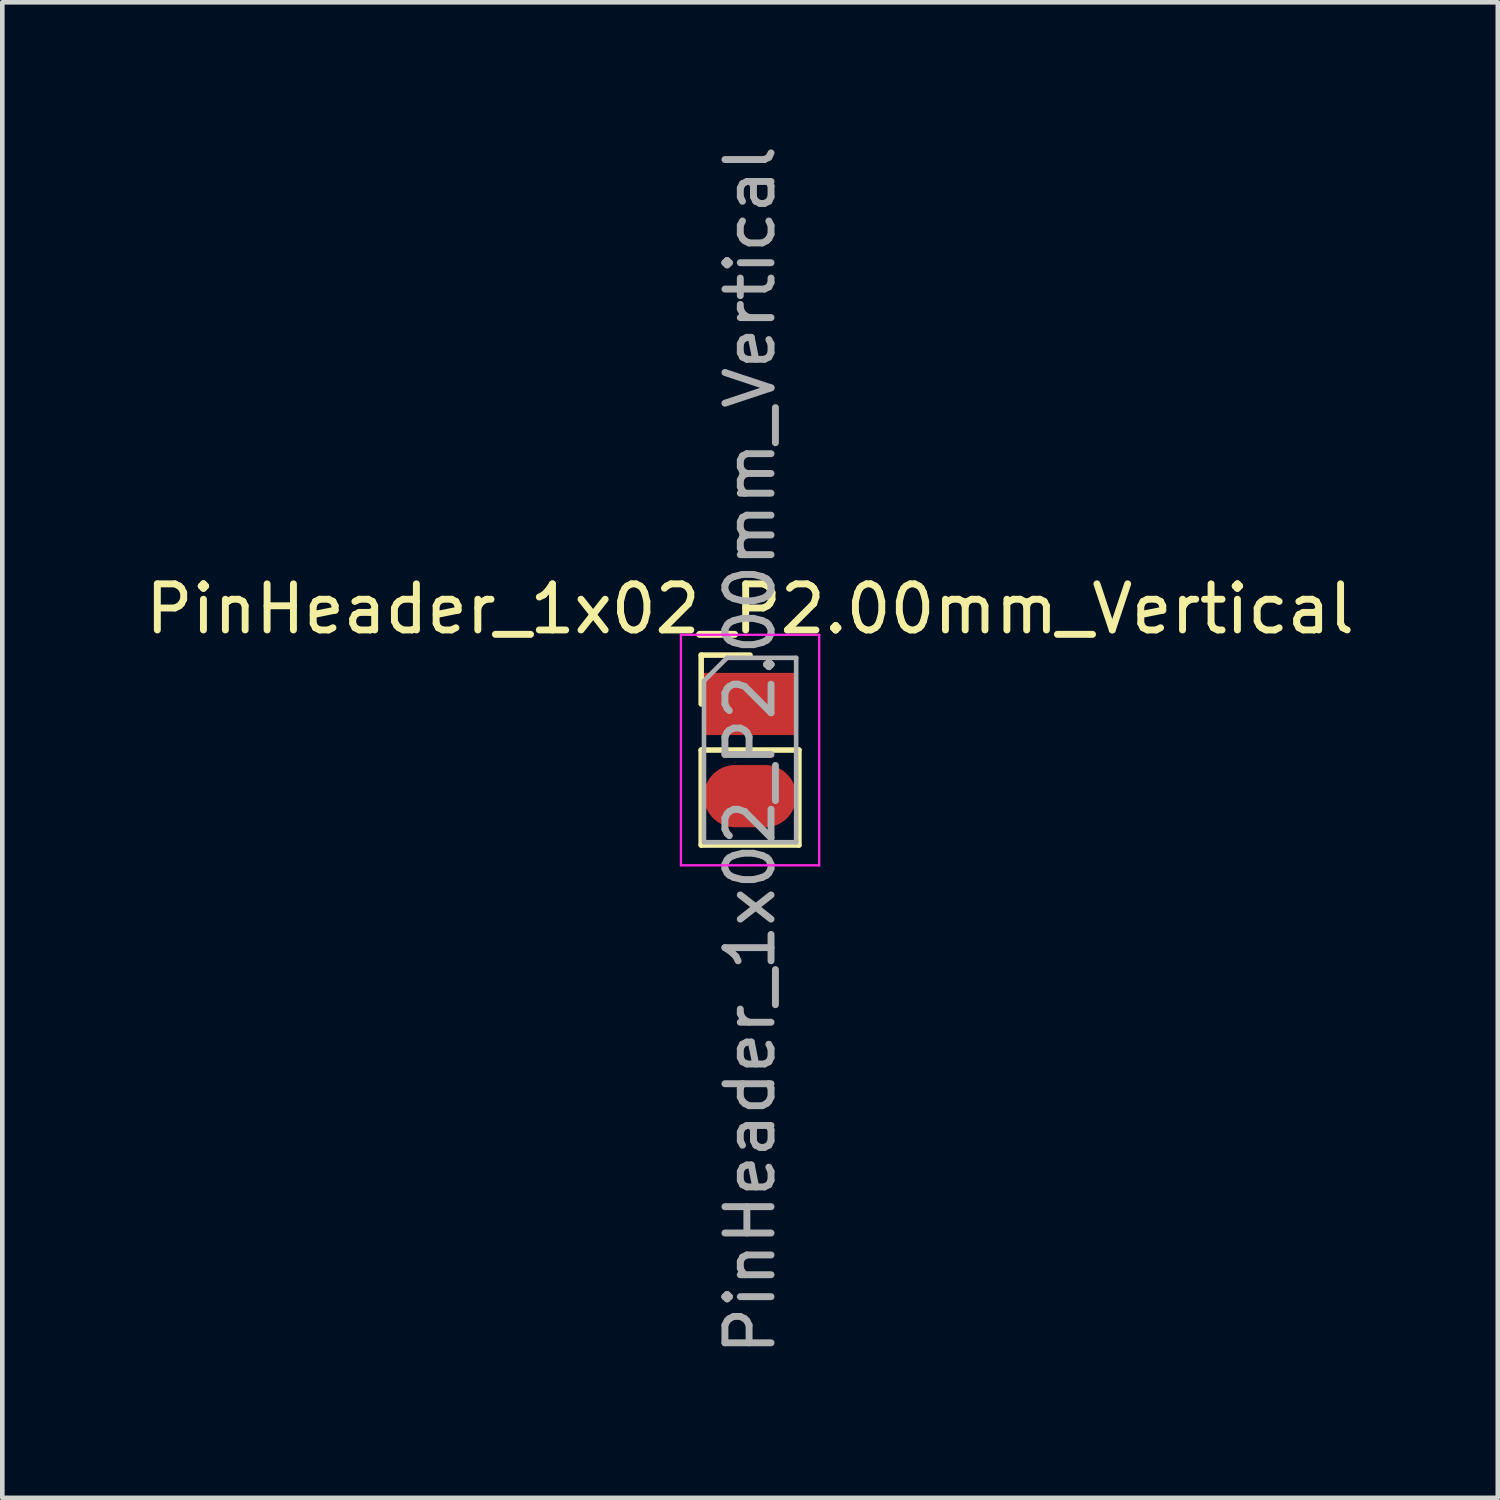
<source format=kicad_pcb>
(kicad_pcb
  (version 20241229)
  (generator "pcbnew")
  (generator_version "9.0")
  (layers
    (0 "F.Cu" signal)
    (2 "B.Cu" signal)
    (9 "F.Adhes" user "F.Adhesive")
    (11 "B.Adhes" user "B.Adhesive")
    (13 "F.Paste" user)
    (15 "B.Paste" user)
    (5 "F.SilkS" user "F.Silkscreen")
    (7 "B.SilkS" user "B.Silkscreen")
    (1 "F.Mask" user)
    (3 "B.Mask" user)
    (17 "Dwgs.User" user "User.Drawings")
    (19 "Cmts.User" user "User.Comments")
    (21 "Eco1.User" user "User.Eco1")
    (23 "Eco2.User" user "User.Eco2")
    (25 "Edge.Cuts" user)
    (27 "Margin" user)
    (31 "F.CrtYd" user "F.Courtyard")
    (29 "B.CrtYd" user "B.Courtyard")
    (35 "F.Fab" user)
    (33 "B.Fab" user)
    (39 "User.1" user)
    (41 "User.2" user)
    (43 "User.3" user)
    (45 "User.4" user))
  (footprint "PinHeader_1x02_P2.00mm_Vertical"
    (layer "F.Cu")
    (at 13.22 12.22)
    (property "Reference" "PinHeader_1x02_P2.00mm_Vertical" (at 0 -2.06 0) (layer "F.SilkS") (effects (font (size 1 1) (thickness 0.15))))
    (attr through_hole)
    (fp_line (start -1.06 -1.06) (end 0 -1.06) (stroke (width 0.12) (type solid)) (layer "F.SilkS"))
    (fp_line (start -1.06 0) (end -1.06 -1.06) (stroke (width 0.12) (type solid)) (layer "F.SilkS"))
    (fp_line (start -1.06 1) (end -1.06 3.06) (stroke (width 0.12) (type solid)) (layer "F.SilkS"))
    (fp_line (start -1.06 1) (end 1.06 1) (stroke (width 0.12) (type solid)) (layer "F.SilkS"))
    (fp_line (start -1.06 3.06) (end 1.06 3.06) (stroke (width 0.12) (type solid)) (layer "F.SilkS"))
    (fp_line (start 1.06 1) (end 1.06 3.06) (stroke (width 0.12) (type solid)) (layer "F.SilkS"))
    (fp_line (start -1.5 -1.5) (end -1.5 3.5) (stroke (width 0.05) (type solid)) (layer "F.CrtYd"))
    (fp_line (start -1.5 3.5) (end 1.5 3.5) (stroke (width 0.05) (type solid)) (layer "F.CrtYd"))
    (fp_line (start 1.5 -1.5) (end -1.5 -1.5) (stroke (width 0.05) (type solid)) (layer "F.CrtYd"))
    (fp_line (start 1.5 3.5) (end 1.5 -1.5) (stroke (width 0.05) (type solid)) (layer "F.CrtYd"))
    (fp_line (start -1 -0.5) (end -0.5 -1) (stroke (width 0.1) (type solid)) (layer "F.Fab"))
    (fp_line (start -1 3) (end -1 -0.5) (stroke (width 0.1) (type solid)) (layer "F.Fab"))
    (fp_line (start -0.5 -1) (end 1 -1) (stroke (width 0.1) (type solid)) (layer "F.Fab"))
    (fp_line (start 1 -1) (end 1 3) (stroke (width 0.1) (type solid)) (layer "F.Fab"))
    (fp_line (start 1 3) (end -1 3) (stroke (width 0.1) (type solid)) (layer "F.Fab"))
    (fp_text user "${REFERENCE}" (at 0 1 90) (layer "F.Fab") (effects (font (size 1 1) (thickness 0.15))))
    (pad "1" smd rect (at 0 0) (size 2 1.35) (layers "F.Cu" "F.Mask" "F.Paste"))
    (pad "2" smd oval (at 0 2) (size 2 1.35) (layers "F.Cu" "F.Mask" "F.Paste")))
  (gr_rect
    (start -3 -3)
    (end 29.44 29.44)
    (stroke (width 0.1) (type default))
    (fill no)
    (layer "Edge.Cuts")))
</source>
